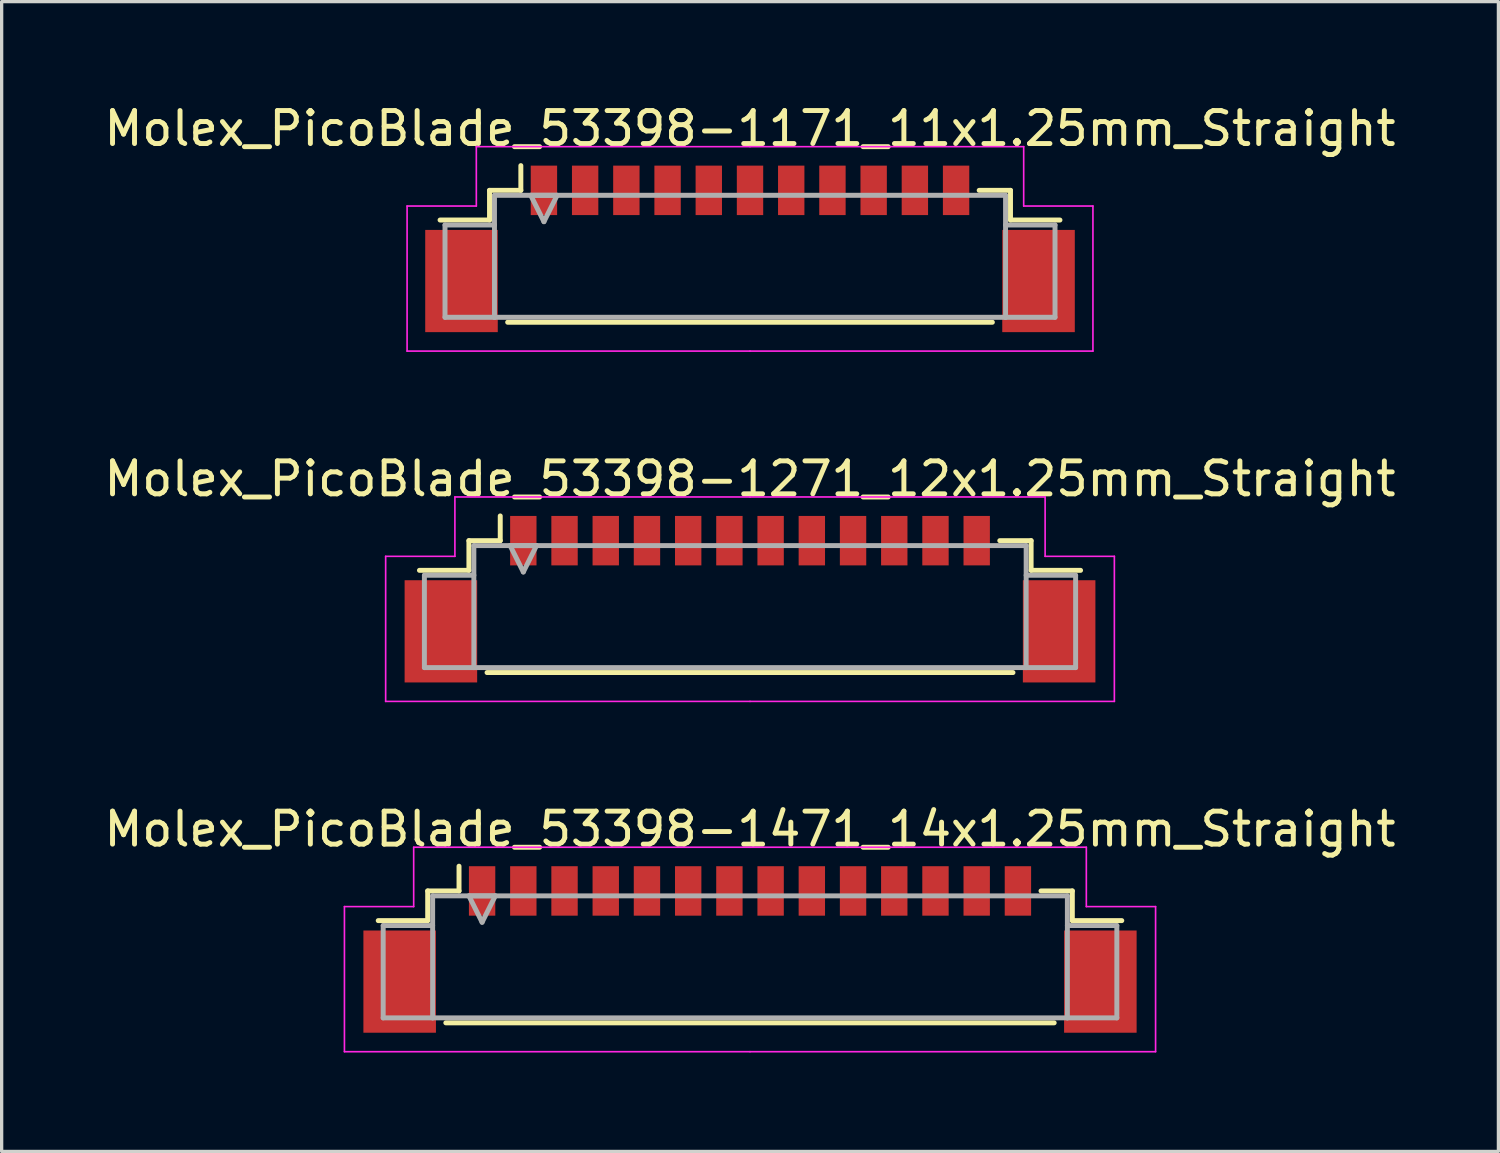
<source format=kicad_pcb>
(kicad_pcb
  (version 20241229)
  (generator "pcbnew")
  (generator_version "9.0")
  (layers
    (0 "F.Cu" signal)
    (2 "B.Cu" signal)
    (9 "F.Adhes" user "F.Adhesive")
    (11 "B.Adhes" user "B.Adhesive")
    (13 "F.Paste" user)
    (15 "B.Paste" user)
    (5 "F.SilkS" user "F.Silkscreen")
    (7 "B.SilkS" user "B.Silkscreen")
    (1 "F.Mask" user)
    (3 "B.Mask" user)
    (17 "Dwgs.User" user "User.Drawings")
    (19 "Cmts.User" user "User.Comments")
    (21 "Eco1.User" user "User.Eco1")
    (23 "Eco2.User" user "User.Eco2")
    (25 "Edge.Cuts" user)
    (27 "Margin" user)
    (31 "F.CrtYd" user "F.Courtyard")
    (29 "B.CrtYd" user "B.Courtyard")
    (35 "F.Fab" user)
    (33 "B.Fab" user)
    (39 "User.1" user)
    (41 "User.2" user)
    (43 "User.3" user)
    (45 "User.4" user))
  (footprint "Molex_PicoBlade_53398-1271_12x1.25mm_Straight"
    (layer "F.Cu")
    (at 19.696 14.722)
    (property "Reference" "Molex_PicoBlade_53398-1271_12x1.25mm_Straight" (at 0 -3.25 0) (layer "F.SilkS") (effects (font (size 1 1) (thickness 0.15))))
    (attr smd)
    (fp_line (start -8.525 -1.375) (end -8.525 -0.475) (stroke (width 0.15) (type solid)) (layer "F.SilkS"))
    (fp_line (start -8.525 -0.475) (end -10.025 -0.475) (stroke (width 0.15) (type solid)) (layer "F.SilkS"))
    (fp_line (start -7.975 2.625) (end 7.975 2.625) (stroke (width 0.15) (type solid)) (layer "F.SilkS"))
    (fp_line (start -7.575 -1.375) (end -8.525 -1.375) (stroke (width 0.15) (type solid)) (layer "F.SilkS"))
    (fp_line (start -7.575 -1.375) (end -7.575 -2.125) (stroke (width 0.15) (type solid)) (layer "F.SilkS"))
    (fp_line (start 7.575 -1.375) (end 8.525 -1.375) (stroke (width 0.15) (type solid)) (layer "F.SilkS"))
    (fp_line (start 8.525 -1.375) (end 8.525 -0.475) (stroke (width 0.15) (type solid)) (layer "F.SilkS"))
    (fp_line (start 8.525 -0.475) (end 10.025 -0.475) (stroke (width 0.15) (type solid)) (layer "F.SilkS"))
    (fp_line (start -11.05 -0.9) (end -11.05 3.5) (stroke (width 0.05) (type solid)) (layer "F.CrtYd"))
    (fp_line (start -11.05 3.5) (end 0 3.5) (stroke (width 0.05) (type solid)) (layer "F.CrtYd"))
    (fp_line (start -8.95 -2.7) (end -8.95 -0.9) (stroke (width 0.05) (type solid)) (layer "F.CrtYd"))
    (fp_line (start -8.95 -0.9) (end -11.05 -0.9) (stroke (width 0.05) (type solid)) (layer "F.CrtYd"))
    (fp_line (start 0 -2.7) (end -8.95 -2.7) (stroke (width 0.05) (type solid)) (layer "F.CrtYd"))
    (fp_line (start 0 -2.7) (end 8.95 -2.7) (stroke (width 0.05) (type solid)) (layer "F.CrtYd"))
    (fp_line (start 8.95 -2.7) (end 8.95 -0.9) (stroke (width 0.05) (type solid)) (layer "F.CrtYd"))
    (fp_line (start 8.95 -0.9) (end 11.05 -0.9) (stroke (width 0.05) (type solid)) (layer "F.CrtYd"))
    (fp_line (start 11.05 -0.9) (end 11.05 3.5) (stroke (width 0.05) (type solid)) (layer "F.CrtYd"))
    (fp_line (start 11.05 3.5) (end 0 3.5) (stroke (width 0.05) (type solid)) (layer "F.CrtYd"))
    (fp_line (start -9.875 -0.325) (end -8.375 -0.325) (stroke (width 0.15) (type solid)) (layer "F.Fab"))
    (fp_line (start -9.875 2.475) (end -9.875 -0.325) (stroke (width 0.15) (type solid)) (layer "F.Fab"))
    (fp_line (start -8.375 -1.225) (end -8.375 2.475) (stroke (width 0.15) (type solid)) (layer "F.Fab"))
    (fp_line (start -8.375 2.475) (end -9.875 2.475) (stroke (width 0.15) (type solid)) (layer "F.Fab"))
    (fp_line (start -8.375 2.475) (end 8.375 2.475) (stroke (width 0.15) (type solid)) (layer "F.Fab"))
    (fp_line (start -7.275 -1.225) (end -6.875 -0.425) (stroke (width 0.15) (type solid)) (layer "F.Fab"))
    (fp_line (start -6.875 -0.425) (end -6.475 -1.225) (stroke (width 0.15) (type solid)) (layer "F.Fab"))
    (fp_line (start -6.475 -1.225) (end -7.275 -1.225) (stroke (width 0.15) (type solid)) (layer "F.Fab"))
    (fp_line (start 8.375 -1.225) (end -8.375 -1.225) (stroke (width 0.15) (type solid)) (layer "F.Fab"))
    (fp_line (start 8.375 2.475) (end 8.375 -1.225) (stroke (width 0.15) (type solid)) (layer "F.Fab"))
    (fp_line (start 8.375 2.475) (end 9.875 2.475) (stroke (width 0.15) (type solid)) (layer "F.Fab"))
    (fp_line (start 9.875 -0.325) (end 8.375 -0.325) (stroke (width 0.15) (type solid)) (layer "F.Fab"))
    (fp_line (start 9.875 2.475) (end 9.875 -0.325) (stroke (width 0.15) (type solid)) (layer "F.Fab"))
    (pad "" smd rect (at -9.375 1.375) (size 2.2 3.1) (layers "F.Cu" "F.Mask" "F.Paste"))
    (pad "" smd rect (at 9.375 1.375) (size 2.2 3.1) (layers "F.Cu" "F.Mask" "F.Paste"))
    (pad "1" smd rect (at -6.875 -1.375) (size 0.8 1.5) (layers "F.Cu" "F.Mask" "F.Paste"))
    (pad "2" smd rect (at -5.625 -1.375) (size 0.8 1.5) (layers "F.Cu" "F.Mask" "F.Paste"))
    (pad "3" smd rect (at -4.375 -1.375) (size 0.8 1.5) (layers "F.Cu" "F.Mask" "F.Paste"))
    (pad "4" smd rect (at -3.125 -1.375) (size 0.8 1.5) (layers "F.Cu" "F.Mask" "F.Paste"))
    (pad "5" smd rect (at -1.875 -1.375) (size 0.8 1.5) (layers "F.Cu" "F.Mask" "F.Paste"))
    (pad "6" smd rect (at -0.625 -1.375) (size 0.8 1.5) (layers "F.Cu" "F.Mask" "F.Paste"))
    (pad "7" smd rect (at 0.625 -1.375) (size 0.8 1.5) (layers "F.Cu" "F.Mask" "F.Paste"))
    (pad "8" smd rect (at 1.875 -1.375) (size 0.8 1.5) (layers "F.Cu" "F.Mask" "F.Paste"))
    (pad "9" smd rect (at 3.125 -1.375) (size 0.8 1.5) (layers "F.Cu" "F.Mask" "F.Paste"))
    (pad "10" smd rect (at 4.375 -1.375) (size 0.8 1.5) (layers "F.Cu" "F.Mask" "F.Paste"))
    (pad "11" smd rect (at 5.625 -1.375) (size 0.8 1.5) (layers "F.Cu" "F.Mask" "F.Paste"))
    (pad "12" smd rect (at 6.875 -1.375) (size 0.8 1.5) (layers "F.Cu" "F.Mask" "F.Paste")))
  (footprint "Molex_PicoBlade_53398-1471_14x1.25mm_Straight"
    (layer "F.Cu")
    (at 19.696 25.345)
    (property "Reference" "Molex_PicoBlade_53398-1471_14x1.25mm_Straight" (at 0 -3.25 0) (layer "F.SilkS") (effects (font (size 1 1) (thickness 0.15))))
    (attr smd)
    (fp_line (start -9.775 -1.375) (end -9.775 -0.475) (stroke (width 0.15) (type solid)) (layer "F.SilkS"))
    (fp_line (start -9.775 -0.475) (end -11.275 -0.475) (stroke (width 0.15) (type solid)) (layer "F.SilkS"))
    (fp_line (start -9.225 2.625) (end 9.225 2.625) (stroke (width 0.15) (type solid)) (layer "F.SilkS"))
    (fp_line (start -8.825 -1.375) (end -9.775 -1.375) (stroke (width 0.15) (type solid)) (layer "F.SilkS"))
    (fp_line (start -8.825 -1.375) (end -8.825 -2.125) (stroke (width 0.15) (type solid)) (layer "F.SilkS"))
    (fp_line (start 8.825 -1.375) (end 9.775 -1.375) (stroke (width 0.15) (type solid)) (layer "F.SilkS"))
    (fp_line (start 9.775 -1.375) (end 9.775 -0.475) (stroke (width 0.15) (type solid)) (layer "F.SilkS"))
    (fp_line (start 9.775 -0.475) (end 11.275 -0.475) (stroke (width 0.15) (type solid)) (layer "F.SilkS"))
    (fp_line (start -12.3 -0.9) (end -12.3 3.5) (stroke (width 0.05) (type solid)) (layer "F.CrtYd"))
    (fp_line (start -12.3 3.5) (end 0 3.5) (stroke (width 0.05) (type solid)) (layer "F.CrtYd"))
    (fp_line (start -10.2 -2.7) (end -10.2 -0.9) (stroke (width 0.05) (type solid)) (layer "F.CrtYd"))
    (fp_line (start -10.2 -0.9) (end -12.3 -0.9) (stroke (width 0.05) (type solid)) (layer "F.CrtYd"))
    (fp_line (start 0 -2.7) (end -10.2 -2.7) (stroke (width 0.05) (type solid)) (layer "F.CrtYd"))
    (fp_line (start 0 -2.7) (end 10.2 -2.7) (stroke (width 0.05) (type solid)) (layer "F.CrtYd"))
    (fp_line (start 10.2 -2.7) (end 10.2 -0.9) (stroke (width 0.05) (type solid)) (layer "F.CrtYd"))
    (fp_line (start 10.2 -0.9) (end 12.3 -0.9) (stroke (width 0.05) (type solid)) (layer "F.CrtYd"))
    (fp_line (start 12.3 -0.9) (end 12.3 3.5) (stroke (width 0.05) (type solid)) (layer "F.CrtYd"))
    (fp_line (start 12.3 3.5) (end 0 3.5) (stroke (width 0.05) (type solid)) (layer "F.CrtYd"))
    (fp_line (start -11.125 -0.325) (end -9.625 -0.325) (stroke (width 0.15) (type solid)) (layer "F.Fab"))
    (fp_line (start -11.125 2.475) (end -11.125 -0.325) (stroke (width 0.15) (type solid)) (layer "F.Fab"))
    (fp_line (start -9.625 -1.225) (end -9.625 2.475) (stroke (width 0.15) (type solid)) (layer "F.Fab"))
    (fp_line (start -9.625 2.475) (end -11.125 2.475) (stroke (width 0.15) (type solid)) (layer "F.Fab"))
    (fp_line (start -9.625 2.475) (end 9.625 2.475) (stroke (width 0.15) (type solid)) (layer "F.Fab"))
    (fp_line (start -8.525 -1.225) (end -8.125 -0.425) (stroke (width 0.15) (type solid)) (layer "F.Fab"))
    (fp_line (start -8.125 -0.425) (end -7.725 -1.225) (stroke (width 0.15) (type solid)) (layer "F.Fab"))
    (fp_line (start -7.725 -1.225) (end -8.525 -1.225) (stroke (width 0.15) (type solid)) (layer "F.Fab"))
    (fp_line (start 9.625 -1.225) (end -9.625 -1.225) (stroke (width 0.15) (type solid)) (layer "F.Fab"))
    (fp_line (start 9.625 2.475) (end 9.625 -1.225) (stroke (width 0.15) (type solid)) (layer "F.Fab"))
    (fp_line (start 9.625 2.475) (end 11.125 2.475) (stroke (width 0.15) (type solid)) (layer "F.Fab"))
    (fp_line (start 11.125 -0.325) (end 9.625 -0.325) (stroke (width 0.15) (type solid)) (layer "F.Fab"))
    (fp_line (start 11.125 2.475) (end 11.125 -0.325) (stroke (width 0.15) (type solid)) (layer "F.Fab"))
    (pad "" smd rect (at -10.625 1.375) (size 2.2 3.1) (layers "F.Cu" "F.Mask" "F.Paste"))
    (pad "" smd rect (at 10.625 1.375) (size 2.2 3.1) (layers "F.Cu" "F.Mask" "F.Paste"))
    (pad "1" smd rect (at -8.125 -1.375) (size 0.8 1.5) (layers "F.Cu" "F.Mask" "F.Paste"))
    (pad "2" smd rect (at -6.875 -1.375) (size 0.8 1.5) (layers "F.Cu" "F.Mask" "F.Paste"))
    (pad "3" smd rect (at -5.625 -1.375) (size 0.8 1.5) (layers "F.Cu" "F.Mask" "F.Paste"))
    (pad "4" smd rect (at -4.375 -1.375) (size 0.8 1.5) (layers "F.Cu" "F.Mask" "F.Paste"))
    (pad "5" smd rect (at -3.125 -1.375) (size 0.8 1.5) (layers "F.Cu" "F.Mask" "F.Paste"))
    (pad "6" smd rect (at -1.875 -1.375) (size 0.8 1.5) (layers "F.Cu" "F.Mask" "F.Paste"))
    (pad "7" smd rect (at -0.625 -1.375) (size 0.8 1.5) (layers "F.Cu" "F.Mask" "F.Paste"))
    (pad "8" smd rect (at 0.625 -1.375) (size 0.8 1.5) (layers "F.Cu" "F.Mask" "F.Paste"))
    (pad "9" smd rect (at 1.875 -1.375) (size 0.8 1.5) (layers "F.Cu" "F.Mask" "F.Paste"))
    (pad "10" smd rect (at 3.125 -1.375) (size 0.8 1.5) (layers "F.Cu" "F.Mask" "F.Paste"))
    (pad "11" smd rect (at 4.375 -1.375) (size 0.8 1.5) (layers "F.Cu" "F.Mask" "F.Paste"))
    (pad "12" smd rect (at 5.625 -1.375) (size 0.8 1.5) (layers "F.Cu" "F.Mask" "F.Paste"))
    (pad "13" smd rect (at 6.875 -1.375) (size 0.8 1.5) (layers "F.Cu" "F.Mask" "F.Paste"))
    (pad "14" smd rect (at 8.125 -1.375) (size 0.8 1.5) (layers "F.Cu" "F.Mask" "F.Paste")))
  (footprint "Molex_PicoBlade_53398-1171_11x1.25mm_Straight"
    (layer "F.Cu")
    (at 19.696 4.098)
    (property "Reference" "Molex_PicoBlade_53398-1171_11x1.25mm_Straight" (at 0 -3.25 0) (layer "F.SilkS") (effects (font (size 1 1) (thickness 0.15))))
    (attr smd)
    (fp_line (start -7.9 -1.375) (end -7.9 -0.475) (stroke (width 0.15) (type solid)) (layer "F.SilkS"))
    (fp_line (start -7.9 -0.475) (end -9.4 -0.475) (stroke (width 0.15) (type solid)) (layer "F.SilkS"))
    (fp_line (start -7.35 2.625) (end 7.35 2.625) (stroke (width 0.15) (type solid)) (layer "F.SilkS"))
    (fp_line (start -6.95 -1.375) (end -7.9 -1.375) (stroke (width 0.15) (type solid)) (layer "F.SilkS"))
    (fp_line (start -6.95 -1.375) (end -6.95 -2.125) (stroke (width 0.15) (type solid)) (layer "F.SilkS"))
    (fp_line (start 6.95 -1.375) (end 7.9 -1.375) (stroke (width 0.15) (type solid)) (layer "F.SilkS"))
    (fp_line (start 7.9 -1.375) (end 7.9 -0.475) (stroke (width 0.15) (type solid)) (layer "F.SilkS"))
    (fp_line (start 7.9 -0.475) (end 9.4 -0.475) (stroke (width 0.15) (type solid)) (layer "F.SilkS"))
    (fp_line (start -10.4 -0.9) (end -10.4 3.5) (stroke (width 0.05) (type solid)) (layer "F.CrtYd"))
    (fp_line (start -10.4 3.5) (end 0 3.5) (stroke (width 0.05) (type solid)) (layer "F.CrtYd"))
    (fp_line (start -8.3 -2.7) (end -8.3 -0.9) (stroke (width 0.05) (type solid)) (layer "F.CrtYd"))
    (fp_line (start -8.3 -0.9) (end -10.4 -0.9) (stroke (width 0.05) (type solid)) (layer "F.CrtYd"))
    (fp_line (start 0 -2.7) (end -8.3 -2.7) (stroke (width 0.05) (type solid)) (layer "F.CrtYd"))
    (fp_line (start 0 -2.7) (end 8.3 -2.7) (stroke (width 0.05) (type solid)) (layer "F.CrtYd"))
    (fp_line (start 8.3 -2.7) (end 8.3 -0.9) (stroke (width 0.05) (type solid)) (layer "F.CrtYd"))
    (fp_line (start 8.3 -0.9) (end 10.4 -0.9) (stroke (width 0.05) (type solid)) (layer "F.CrtYd"))
    (fp_line (start 10.4 -0.9) (end 10.4 3.5) (stroke (width 0.05) (type solid)) (layer "F.CrtYd"))
    (fp_line (start 10.4 3.5) (end 0 3.5) (stroke (width 0.05) (type solid)) (layer "F.CrtYd"))
    (fp_line (start -9.25 -0.325) (end -7.75 -0.325) (stroke (width 0.15) (type solid)) (layer "F.Fab"))
    (fp_line (start -9.25 2.475) (end -9.25 -0.325) (stroke (width 0.15) (type solid)) (layer "F.Fab"))
    (fp_line (start -7.75 -1.225) (end -7.75 2.475) (stroke (width 0.15) (type solid)) (layer "F.Fab"))
    (fp_line (start -7.75 2.475) (end -9.25 2.475) (stroke (width 0.15) (type solid)) (layer "F.Fab"))
    (fp_line (start -7.75 2.475) (end 7.75 2.475) (stroke (width 0.15) (type solid)) (layer "F.Fab"))
    (fp_line (start -6.65 -1.225) (end -6.25 -0.425) (stroke (width 0.15) (type solid)) (layer "F.Fab"))
    (fp_line (start -6.25 -0.425) (end -5.85 -1.225) (stroke (width 0.15) (type solid)) (layer "F.Fab"))
    (fp_line (start -5.85 -1.225) (end -6.65 -1.225) (stroke (width 0.15) (type solid)) (layer "F.Fab"))
    (fp_line (start 7.75 -1.225) (end -7.75 -1.225) (stroke (width 0.15) (type solid)) (layer "F.Fab"))
    (fp_line (start 7.75 2.475) (end 7.75 -1.225) (stroke (width 0.15) (type solid)) (layer "F.Fab"))
    (fp_line (start 7.75 2.475) (end 9.25 2.475) (stroke (width 0.15) (type solid)) (layer "F.Fab"))
    (fp_line (start 9.25 -0.325) (end 7.75 -0.325) (stroke (width 0.15) (type solid)) (layer "F.Fab"))
    (fp_line (start 9.25 2.475) (end 9.25 -0.325) (stroke (width 0.15) (type solid)) (layer "F.Fab"))
    (pad "" smd rect (at -8.75 1.375) (size 2.2 3.1) (layers "F.Cu" "F.Mask" "F.Paste"))
    (pad "" smd rect (at 8.75 1.375) (size 2.2 3.1) (layers "F.Cu" "F.Mask" "F.Paste"))
    (pad "1" smd rect (at -6.25 -1.375) (size 0.8 1.5) (layers "F.Cu" "F.Mask" "F.Paste"))
    (pad "2" smd rect (at -5 -1.375) (size 0.8 1.5) (layers "F.Cu" "F.Mask" "F.Paste"))
    (pad "3" smd rect (at -3.75 -1.375) (size 0.8 1.5) (layers "F.Cu" "F.Mask" "F.Paste"))
    (pad "4" smd rect (at -2.5 -1.375) (size 0.8 1.5) (layers "F.Cu" "F.Mask" "F.Paste"))
    (pad "5" smd rect (at -1.25 -1.375) (size 0.8 1.5) (layers "F.Cu" "F.Mask" "F.Paste"))
    (pad "6" smd rect (at 0 -1.375) (size 0.8 1.5) (layers "F.Cu" "F.Mask" "F.Paste"))
    (pad "7" smd rect (at 1.25 -1.375) (size 0.8 1.5) (layers "F.Cu" "F.Mask" "F.Paste"))
    (pad "8" smd rect (at 2.5 -1.375) (size 0.8 1.5) (layers "F.Cu" "F.Mask" "F.Paste"))
    (pad "9" smd rect (at 3.75 -1.375) (size 0.8 1.5) (layers "F.Cu" "F.Mask" "F.Paste"))
    (pad "10" smd rect (at 5 -1.375) (size 0.8 1.5) (layers "F.Cu" "F.Mask" "F.Paste"))
    (pad "11" smd rect (at 6.25 -1.375) (size 0.8 1.5) (layers "F.Cu" "F.Mask" "F.Paste")))
  (gr_rect
    (start -3 -3)
    (end 42.393 31.87)
    (stroke (width 0.1) (type default))
    (fill no)
    (layer "Edge.Cuts")))
</source>
